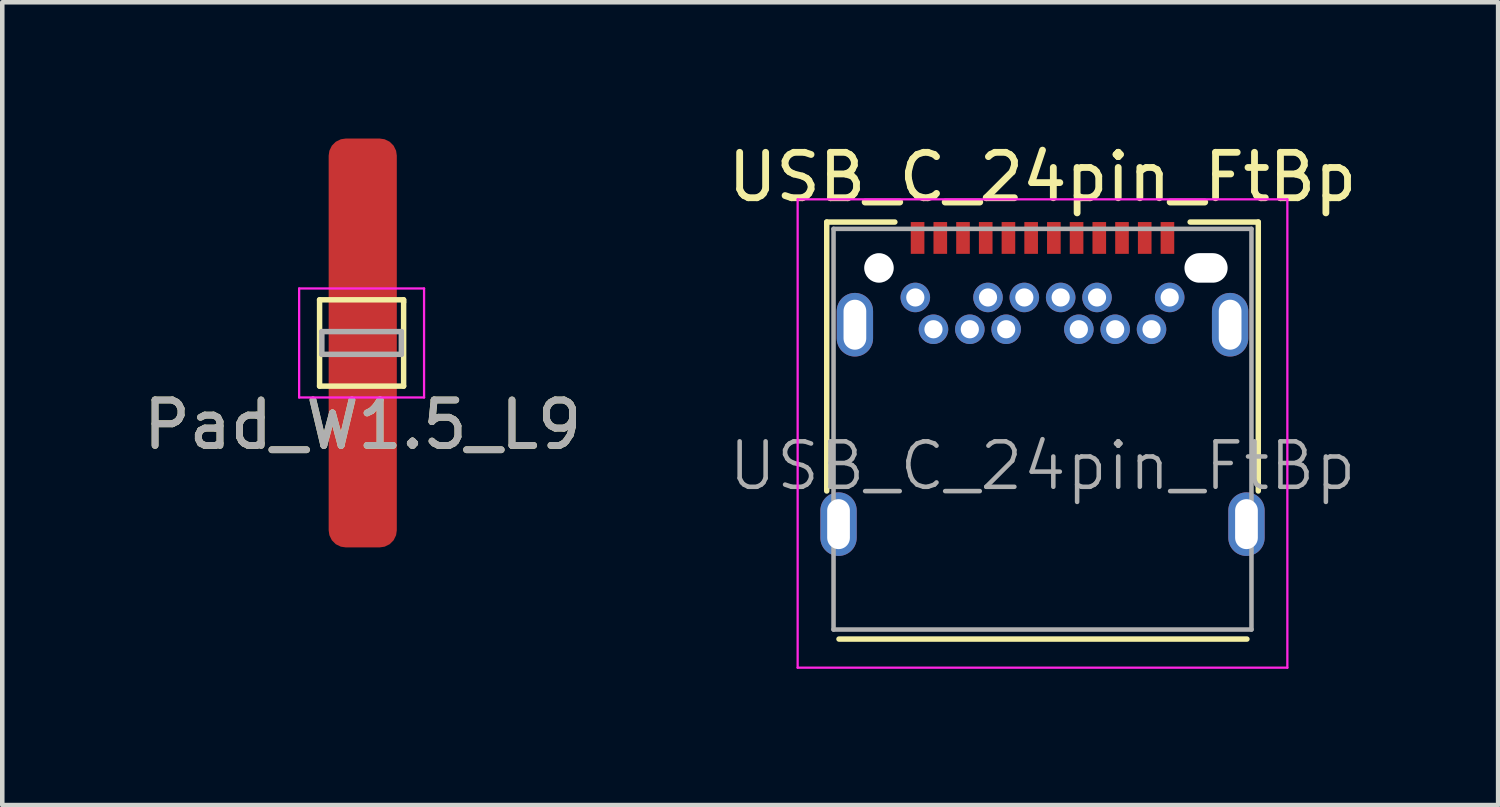
<source format=kicad_pcb>
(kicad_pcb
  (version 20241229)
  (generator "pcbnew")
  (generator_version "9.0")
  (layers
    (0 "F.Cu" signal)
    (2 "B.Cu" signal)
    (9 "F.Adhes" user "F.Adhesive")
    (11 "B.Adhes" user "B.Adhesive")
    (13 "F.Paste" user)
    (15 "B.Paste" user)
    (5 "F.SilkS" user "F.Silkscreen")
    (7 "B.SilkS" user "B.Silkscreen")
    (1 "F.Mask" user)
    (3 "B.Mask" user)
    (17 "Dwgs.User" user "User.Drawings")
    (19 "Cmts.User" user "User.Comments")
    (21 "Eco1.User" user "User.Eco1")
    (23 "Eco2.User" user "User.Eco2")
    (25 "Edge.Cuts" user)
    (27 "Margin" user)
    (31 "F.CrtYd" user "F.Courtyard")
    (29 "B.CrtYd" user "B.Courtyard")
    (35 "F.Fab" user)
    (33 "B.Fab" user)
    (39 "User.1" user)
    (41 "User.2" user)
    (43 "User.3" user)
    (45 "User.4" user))
  (footprint "USB_C_24pin_FtBp"
    (layer "F.Cu")
    (at 19.899 7.208)
    (property "Reference" "USB_C_24pin_FtBp" (at 0 -6.36 180) (layer "F.SilkS") (effects (font (size 1 1) (thickness 0.15))))
    (attr smd)
    (fp_line (start -4.75 -5.37) (end -4.75 0.55) (stroke (width 0.12) (type solid)) (layer "F.SilkS"))
    (fp_line (start -4.75 -5.37) (end -3.25 -5.37) (stroke (width 0.12) (type solid)) (layer "F.SilkS"))
    (fp_line (start 3.25 -5.37) (end 4.75 -5.37) (stroke (width 0.12) (type solid)) (layer "F.SilkS"))
    (fp_line (start 4.5 3.81) (end -4.48 3.81) (stroke (width 0.12) (type solid)) (layer "F.SilkS"))
    (fp_line (start 4.75 -5.37) (end 4.75 0.55) (stroke (width 0.12) (type solid)) (layer "F.SilkS"))
    (fp_line (start -5.39 -5.87) (end 5.39 -5.87) (stroke (width 0.05) (type solid)) (layer "F.CrtYd"))
    (fp_line (start -5.39 4.44) (end -5.39 -5.87) (stroke (width 0.05) (type solid)) (layer "F.CrtYd"))
    (fp_line (start 5.39 -5.87) (end 5.39 4.44) (stroke (width 0.05) (type solid)) (layer "F.CrtYd"))
    (fp_line (start 5.39 4.44) (end -5.39 4.44) (stroke (width 0.05) (type solid)) (layer "F.CrtYd"))
    (fp_line (start -4.6 -5.22) (end 4.6 -5.22) (stroke (width 0.1) (type solid)) (layer "F.Fab"))
    (fp_line (start -4.6 3.6) (end -4.6 -5.22) (stroke (width 0.1) (type solid)) (layer "F.Fab"))
    (fp_line (start -4.6 3.6) (end 4.6 3.6) (stroke (width 0.1) (type solid)) (layer "F.Fab"))
    (fp_line (start 4.6 3.6) (end 4.6 -5.22) (stroke (width 0.1) (type solid)) (layer "F.Fab"))
    (fp_text user "${REFERENCE}" (at 0 0 180) (layer "F.Fab") (effects (font (size 1 1) (thickness 0.1))))
    (pad "" np_thru_hole circle (at -3.6 -4.36) (size 0.65 0.65) (drill 0.65) (layers "*.Cu" "*.Mask"))
    (pad "" np_thru_hole oval (at 3.6 -4.36) (size 0.95 0.65) (drill oval 0.95 0.65) (layers "*.Cu" "*.Mask"))
    (pad "A1" smd rect (at -2.75 -5.02) (size 0.3 0.7) (layers "F.Cu" "F.Mask" "F.Paste"))
    (pad "A2" smd rect (at -2.25 -5.02) (size 0.3 0.7) (layers "F.Cu" "F.Mask" "F.Paste"))
    (pad "A3" smd rect (at -1.75 -5.02) (size 0.3 0.7) (layers "F.Cu" "F.Mask" "F.Paste"))
    (pad "A4" smd rect (at -1.25 -5.02) (size 0.3 0.7) (layers "F.Cu" "F.Mask" "F.Paste"))
    (pad "A5" smd rect (at -0.75 -5.02) (size 0.3 0.7) (layers "F.Cu" "F.Mask" "F.Paste"))
    (pad "A6" smd rect (at -0.25 -5.02) (size 0.3 0.7) (layers "F.Cu" "F.Mask" "F.Paste"))
    (pad "A7" smd rect (at 0.25 -5.02) (size 0.3 0.7) (layers "F.Cu" "F.Mask" "F.Paste"))
    (pad "A8" smd rect (at 0.75 -5.02) (size 0.3 0.7) (layers "F.Cu" "F.Mask" "F.Paste"))
    (pad "A9" smd rect (at 1.25 -5.02) (size 0.3 0.7) (layers "F.Cu" "F.Mask" "F.Paste"))
    (pad "A10" smd rect (at 1.75 -5.02) (size 0.3 0.7) (layers "F.Cu" "F.Mask" "F.Paste"))
    (pad "A11" smd rect (at 2.25 -5.02) (size 0.3 0.7) (layers "F.Cu" "F.Mask" "F.Paste"))
    (pad "A12" smd rect (at 2.75 -5.02) (size 0.3 0.7) (layers "F.Cu" "F.Mask" "F.Paste"))
    (pad "B1" thru_hole circle (at 2.8 -3.71) (size 0.65 0.65) (drill 0.4) (layers "*.Cu" "*.Mask"))
    (pad "B2" thru_hole circle (at 2.4 -3.01) (size 0.65 0.65) (drill 0.4) (layers "*.Cu" "*.Mask"))
    (pad "B3" thru_hole circle (at 1.6 -3.01) (size 0.65 0.65) (drill 0.4) (layers "*.Cu" "*.Mask"))
    (pad "B4" thru_hole circle (at 1.2 -3.71) (size 0.65 0.65) (drill 0.4) (layers "*.Cu" "*.Mask"))
    (pad "B5" thru_hole circle (at 0.8 -3.01) (size 0.65 0.65) (drill 0.4) (layers "*.Cu" "*.Mask"))
    (pad "B6" thru_hole circle (at 0.4 -3.71) (size 0.65 0.65) (drill 0.4) (layers "*.Cu" "*.Mask"))
    (pad "B7" thru_hole circle (at -0.4 -3.71) (size 0.65 0.65) (drill 0.4) (layers "*.Cu" "*.Mask"))
    (pad "B8" thru_hole circle (at -0.8 -3.01) (size 0.65 0.65) (drill 0.4) (layers "*.Cu" "*.Mask"))
    (pad "B9" thru_hole circle (at -1.2 -3.71) (size 0.65 0.65) (drill 0.4) (layers "*.Cu" "*.Mask"))
    (pad "B10" thru_hole circle (at -1.6 -3.01) (size 0.65 0.65) (drill 0.4) (layers "*.Cu" "*.Mask"))
    (pad "B11" thru_hole circle (at -2.4 -3.01) (size 0.65 0.65) (drill 0.4) (layers "*.Cu" "*.Mask"))
    (pad "B12" thru_hole circle (at -2.8 -3.71) (size 0.65 0.65) (drill 0.4) (layers "*.Cu" "*.Mask"))
    (pad "S1" thru_hole oval (at -4.49 1.28) (size 0.8 1.4) (drill oval 0.5 1.1) (layers "*.Cu" "*.Mask"))
    (pad "S1" thru_hole oval (at -4.13 -3.11) (size 0.8 1.4) (drill oval 0.5 1.1) (layers "*.Cu" "*.Mask"))
    (pad "S1" thru_hole oval (at 4.13 -3.11) (size 0.8 1.4) (drill oval 0.5 1.1) (layers "*.Cu" "*.Mask"))
    (pad "S1" thru_hole oval (at 4.49 1.28) (size 0.8 1.4) (drill oval 0.5 1.1) (layers "*.Cu" "*.Mask")))
  (footprint "Pad_W1.5_L9"
    (layer "F.Cu")
    (at 4.935 4.5)
    (property "Reference" "Pad_W1.5_L9" (at 0 1.8 0) (layer "F.SilkS") (effects (font (size 1 1) (thickness 0.15))))
    (attr through_hole)
    (fp_line (start -0.95 -0.95) (end -0.95 0.95) (stroke (width 0.12) (type solid)) (layer "F.SilkS"))
    (fp_line (start -0.95 0.95) (end 0.9 0.95) (stroke (width 0.12) (type solid)) (layer "F.SilkS"))
    (fp_line (start 0.9 -0.95) (end -0.95 -0.95) (stroke (width 0.12) (type solid)) (layer "F.SilkS"))
    (fp_line (start 0.9 -0.9) (end 0.9 -0.95) (stroke (width 0.12) (type solid)) (layer "F.SilkS"))
    (fp_line (start 0.9 0.95) (end 0.9 -0.9) (stroke (width 0.12) (type solid)) (layer "F.SilkS"))
    (fp_line (start -1.4 -1.2) (end -1.4 1.2) (stroke (width 0.05) (type solid)) (layer "F.CrtYd"))
    (fp_line (start -1.4 -1.2) (end 1.35 -1.2) (stroke (width 0.05) (type solid)) (layer "F.CrtYd"))
    (fp_line (start 1.35 1.2) (end -1.4 1.2) (stroke (width 0.05) (type solid)) (layer "F.CrtYd"))
    (fp_line (start 1.35 1.2) (end 1.35 -1.2) (stroke (width 0.05) (type solid)) (layer "F.CrtYd"))
    (fp_line (start -0.9 -0.25) (end 0.85 -0.25) (stroke (width 0.12) (type solid)) (layer "F.Fab"))
    (fp_line (start -0.9 0.25) (end -0.9 -0.25) (stroke (width 0.12) (type solid)) (layer "F.Fab"))
    (fp_line (start 0.85 -0.25) (end 0.85 0.25) (stroke (width 0.12) (type solid)) (layer "F.Fab"))
    (fp_line (start 0.85 0.25) (end -0.9 0.25) (stroke (width 0.12) (type solid)) (layer "F.Fab"))
    (fp_text user "${REFERENCE}" (at 0 1.8 0) (layer "F.Fab") (effects (font (size 1 1) (thickness 0.15))))
    (pad "1" connect roundrect (at 0 0) (size 1.5 9) (layers "F.Cu" "F.Mask") (roundrect_rratio 0.25)))
  (gr_rect
    (start -3 -3)
    (end 29.929 14.673)
    (stroke (width 0.1) (type default))
    (fill no)
    (layer "Edge.Cuts")))
</source>
